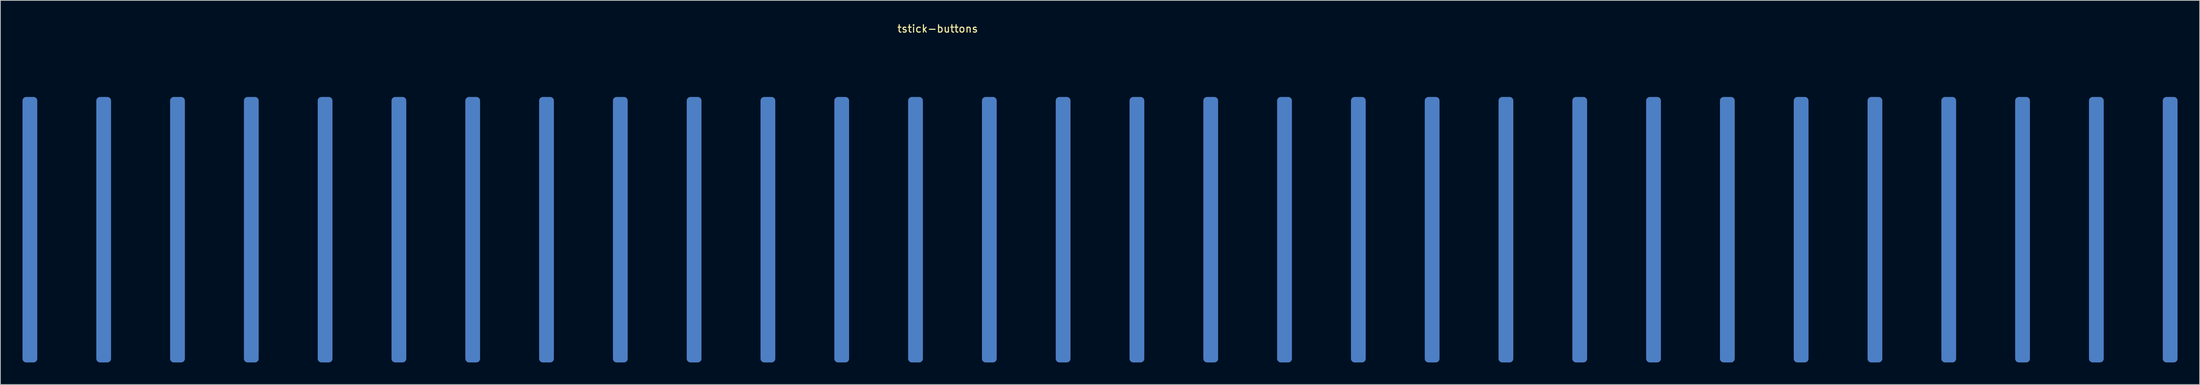
<source format=kicad_pcb>
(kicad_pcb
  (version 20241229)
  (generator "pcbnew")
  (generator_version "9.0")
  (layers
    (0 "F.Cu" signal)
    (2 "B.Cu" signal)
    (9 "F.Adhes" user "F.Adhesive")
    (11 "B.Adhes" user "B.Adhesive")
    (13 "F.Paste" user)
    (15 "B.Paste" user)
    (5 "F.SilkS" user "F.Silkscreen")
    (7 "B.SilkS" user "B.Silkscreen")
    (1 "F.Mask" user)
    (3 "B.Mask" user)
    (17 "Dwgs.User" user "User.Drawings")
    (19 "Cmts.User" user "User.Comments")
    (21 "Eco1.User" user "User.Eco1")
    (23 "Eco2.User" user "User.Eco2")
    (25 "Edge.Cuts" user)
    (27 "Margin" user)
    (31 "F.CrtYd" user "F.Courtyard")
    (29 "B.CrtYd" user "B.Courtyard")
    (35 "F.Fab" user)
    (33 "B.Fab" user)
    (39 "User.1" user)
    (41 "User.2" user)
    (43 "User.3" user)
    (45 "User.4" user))
  (footprint "tstick-buttons"
    (layer "F.Cu")
    (at 1 28.098)
    (property "Reference" "tstick-buttons" (at 123 -27.25 0) (unlocked yes) (layer "F.SilkS") (effects (font (size 1 1) (thickness 0.15))))
    (attr smd)
    (pad "1" smd roundrect (at 0 0) (size 2 36) (layers "B.Cu" "B.Mask" "B.Paste") (roundrect_rratio 0.25))
    (pad "2" smd roundrect (at 10 0) (size 2 36) (layers "B.Cu" "B.Mask" "B.Paste") (roundrect_rratio 0.25))
    (pad "3" smd roundrect (at 20 0) (size 2 36) (layers "B.Cu" "B.Mask" "B.Paste") (roundrect_rratio 0.25))
    (pad "4" smd roundrect (at 30 0) (size 2 36) (layers "B.Cu" "B.Mask" "B.Paste") (roundrect_rratio 0.25))
    (pad "5" smd roundrect (at 40 0) (size 2 36) (layers "B.Cu" "B.Mask" "B.Paste") (roundrect_rratio 0.25))
    (pad "6" smd roundrect (at 50 0) (size 2 36) (layers "B.Cu" "B.Mask" "B.Paste") (roundrect_rratio 0.25))
    (pad "7" smd roundrect (at 60 0) (size 2 36) (layers "B.Cu" "B.Mask" "B.Paste") (roundrect_rratio 0.25))
    (pad "8" smd roundrect (at 70 0) (size 2 36) (layers "B.Cu" "B.Mask" "B.Paste") (roundrect_rratio 0.25))
    (pad "9" smd roundrect (at 80 0) (size 2 36) (layers "B.Cu" "B.Mask" "B.Paste") (roundrect_rratio 0.25))
    (pad "10" smd roundrect (at 90 0) (size 2 36) (layers "B.Cu" "B.Mask" "B.Paste") (roundrect_rratio 0.25))
    (pad "11" smd roundrect (at 100 0) (size 2 36) (layers "B.Cu" "B.Mask" "B.Paste") (roundrect_rratio 0.25))
    (pad "12" smd roundrect (at 110 0) (size 2 36) (layers "B.Cu" "B.Mask" "B.Paste") (roundrect_rratio 0.25))
    (pad "13" smd roundrect (at 120 0) (size 2 36) (layers "B.Cu" "B.Mask" "B.Paste") (roundrect_rratio 0.25))
    (pad "14" smd roundrect (at 130 0) (size 2 36) (layers "B.Cu" "B.Mask" "B.Paste") (roundrect_rratio 0.25))
    (pad "15" smd roundrect (at 140 0) (size 2 36) (layers "B.Cu" "B.Mask" "B.Paste") (roundrect_rratio 0.25))
    (pad "16" smd roundrect (at 150 0) (size 2 36) (layers "B.Cu" "B.Mask" "B.Paste") (roundrect_rratio 0.25))
    (pad "17" smd roundrect (at 160 0) (size 2 36) (layers "B.Cu" "B.Mask" "B.Paste") (roundrect_rratio 0.25))
    (pad "18" smd roundrect (at 170 0) (size 2 36) (layers "B.Cu" "B.Mask" "B.Paste") (roundrect_rratio 0.25))
    (pad "19" smd roundrect (at 180 0) (size 2 36) (layers "B.Cu" "B.Mask" "B.Paste") (roundrect_rratio 0.25))
    (pad "20" smd roundrect (at 190 0) (size 2 36) (layers "B.Cu" "B.Mask" "B.Paste") (roundrect_rratio 0.25))
    (pad "21" smd roundrect (at 200 0) (size 2 36) (layers "B.Cu" "B.Mask" "B.Paste") (roundrect_rratio 0.25))
    (pad "22" smd roundrect (at 210 0) (size 2 36) (layers "B.Cu" "B.Mask" "B.Paste") (roundrect_rratio 0.25))
    (pad "23" smd roundrect (at 220 0) (size 2 36) (layers "B.Cu" "B.Mask" "B.Paste") (roundrect_rratio 0.25))
    (pad "24" smd roundrect (at 230 0) (size 2 36) (layers "B.Cu" "B.Mask" "B.Paste") (roundrect_rratio 0.25))
    (pad "25" smd roundrect (at 240 0) (size 2 36) (layers "B.Cu" "B.Mask" "B.Paste") (roundrect_rratio 0.25))
    (pad "26" smd roundrect (at 250 0) (size 2 36) (layers "B.Cu" "B.Mask" "B.Paste") (roundrect_rratio 0.25))
    (pad "27" smd roundrect (at 260 0) (size 2 36) (layers "B.Cu" "B.Mask" "B.Paste") (roundrect_rratio 0.25))
    (pad "28" smd roundrect (at 270 0) (size 2 36) (layers "B.Cu" "B.Mask" "B.Paste") (roundrect_rratio 0.25))
    (pad "29" smd roundrect (at 280 0) (size 2 36) (layers "B.Cu" "B.Mask" "B.Paste") (roundrect_rratio 0.25))
    (pad "30" smd roundrect (at 290 0) (size 2 36) (layers "B.Cu" "B.Mask" "B.Paste") (roundrect_rratio 0.25)))
  (gr_rect
    (start -3 -3)
    (end 295 49.098)
    (stroke (width 0.1) (type default))
    (fill no)
    (layer "Edge.Cuts")))
</source>
